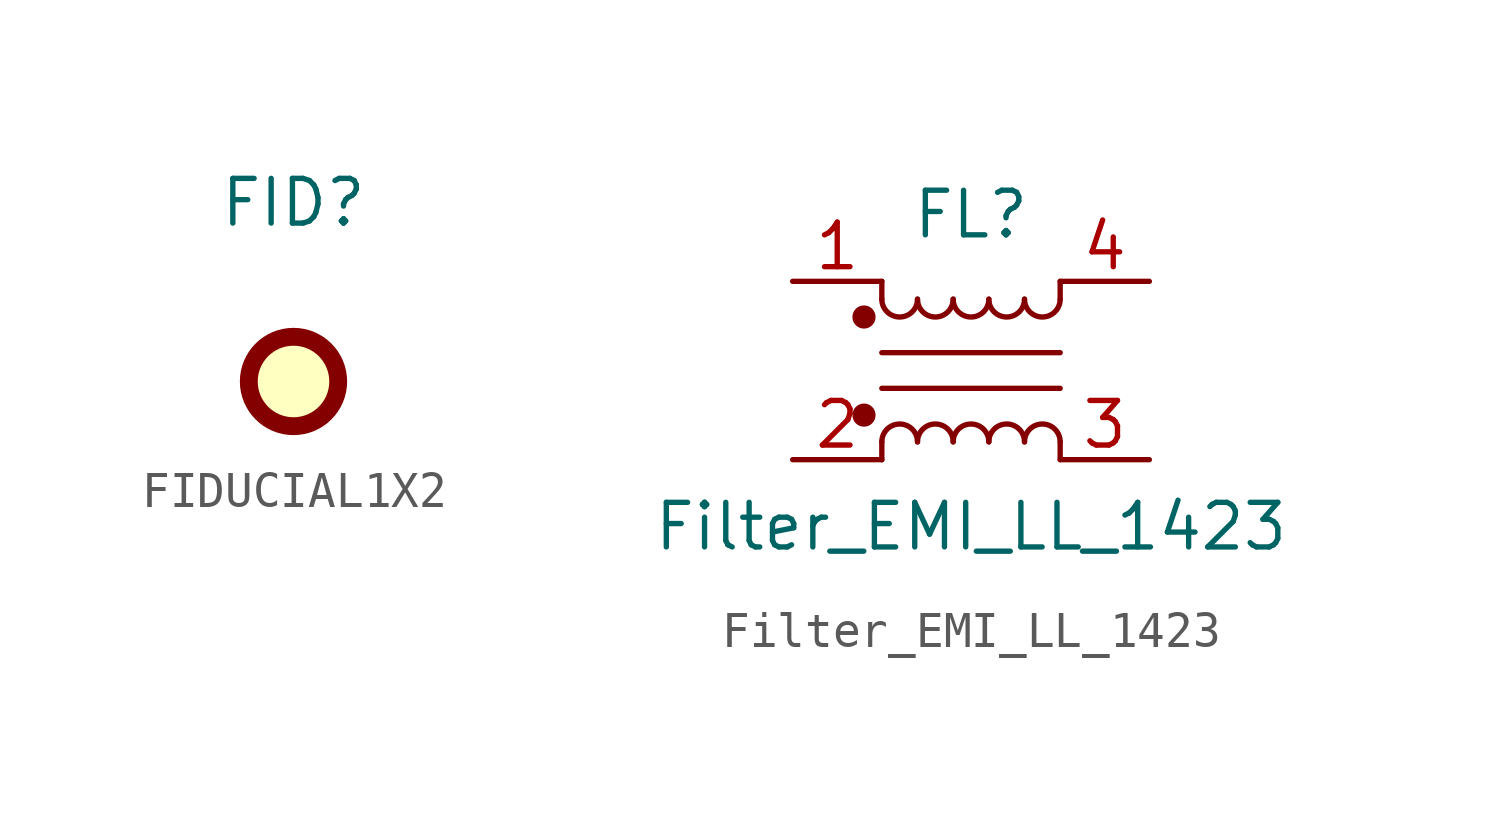
<source format=kicad_sym>
(kicad_symbol_lib
  (version 20231120)
  (generator "kicad_symbol_editor")
  (generator_version "8.0")
  (symbol "FIDUCIAL1X2"
    (property "Reference" "FID"
      (at 0 5.08 0)
      (effects (font (size 1.27 1.27))))
    (symbol "FIDUCIAL1X2_0_1"
      (circle (center 0 0) (radius 1.27) (stroke (width 0.508) (type default)) (fill (type background)))))
  (symbol "Filter_EMI_LL_1423"
    (pin_names hide)
    (property "Reference" "FL"
      (at 0 4.445 0)
      (effects (font (size 1.27 1.27))))
    (property "Value" "Filter_EMI_LL_1423"
      (at 0 -4.445 0)
      (effects (font (size 1.27 1.27))))
    (symbol "Filter_EMI_LL_1423_0_1"
      (circle (center -3.048 -1.27) (radius 0.254) (stroke (width 0) (type default)) (fill (type outline)))
      (circle (center -3.048 1.524) (radius 0.254) (stroke (width 0) (type default)) (fill (type outline)))
      (arc (start -2.54 2.032) (mid -2.032 1.5262) (end -1.524 2.032) (stroke (width 0) (type default)) (fill (type none)))
      (arc (start -1.524 -2.032) (mid -2.032 -1.5262) (end -2.54 -2.032) (stroke (width 0) (type default)) (fill (type none)))
      (arc (start -1.524 2.032) (mid -1.016 1.5262) (end -0.508 2.032) (stroke (width 0) (type default)) (fill (type none)))
      (arc (start -0.508 -2.032) (mid -1.016 -1.5262) (end -1.524 -2.032) (stroke (width 0) (type default)) (fill (type none)))
      (arc (start -0.508 2.032) (mid 0 1.5262) (end 0.508 2.032) (stroke (width 0) (type default)) (fill (type none)))
      (polyline (pts (xy -2.54 -2.032) (xy -2.54 -2.54)) (stroke (width 0) (type default)) (fill (type none)))
      (polyline (pts (xy -2.54 0.508) (xy 2.54 0.508)) (stroke (width 0) (type default)) (fill (type none)))
      (polyline (pts (xy -2.54 2.032) (xy -2.54 2.54)) (stroke (width 0) (type default)) (fill (type none)))
      (polyline (pts (xy 2.54 -2.032) (xy 2.54 -2.54)) (stroke (width 0) (type default)) (fill (type none)))
      (polyline (pts (xy 2.54 -0.508) (xy -2.54 -0.508)) (stroke (width 0) (type default)) (fill (type none)))
      (polyline (pts (xy 2.54 2.54) (xy 2.54 2.032)) (stroke (width 0) (type default)) (fill (type none)))
      (arc (start 0.508 -2.032) (mid 0 -1.5262) (end -0.508 -2.032) (stroke (width 0) (type default)) (fill (type none)))
      (arc (start 0.508 2.032) (mid 1.016 1.5262) (end 1.524 2.032) (stroke (width 0) (type default)) (fill (type none)))
      (arc (start 1.524 -2.032) (mid 1.016 -1.5262) (end 0.508 -2.032) (stroke (width 0) (type default)) (fill (type none)))
      (arc (start 1.524 2.032) (mid 2.032 1.5262) (end 2.54 2.032) (stroke (width 0) (type default)) (fill (type none)))
      (arc (start 2.54 -2.032) (mid 2.032 -1.5262) (end 1.524 -2.032) (stroke (width 0) (type default)) (fill (type none))))
    (symbol "Filter_EMI_LL_1423_1_1"
      (pin passive line (at -5.08 2.54 0) (length 2.54) (name "1" (effects (font (size 1.27 1.27)))) (number "1" (effects (font (size 1.27 1.27)))))
      (pin passive line (at -5.08 -2.54 0) (length 2.54) (name "2" (effects (font (size 1.27 1.27)))) (number "2" (effects (font (size 1.27 1.27)))))
      (pin passive line (at 5.08 -2.54 180) (length 2.54) (name "3" (effects (font (size 1.27 1.27)))) (number "3" (effects (font (size 1.27 1.27)))))
      (pin passive line (at 5.08 2.54 180) (length 2.54) (name "4" (effects (font (size 1.27 1.27)))) (number "4" (effects (font (size 1.27 1.27))))))))
</source>
